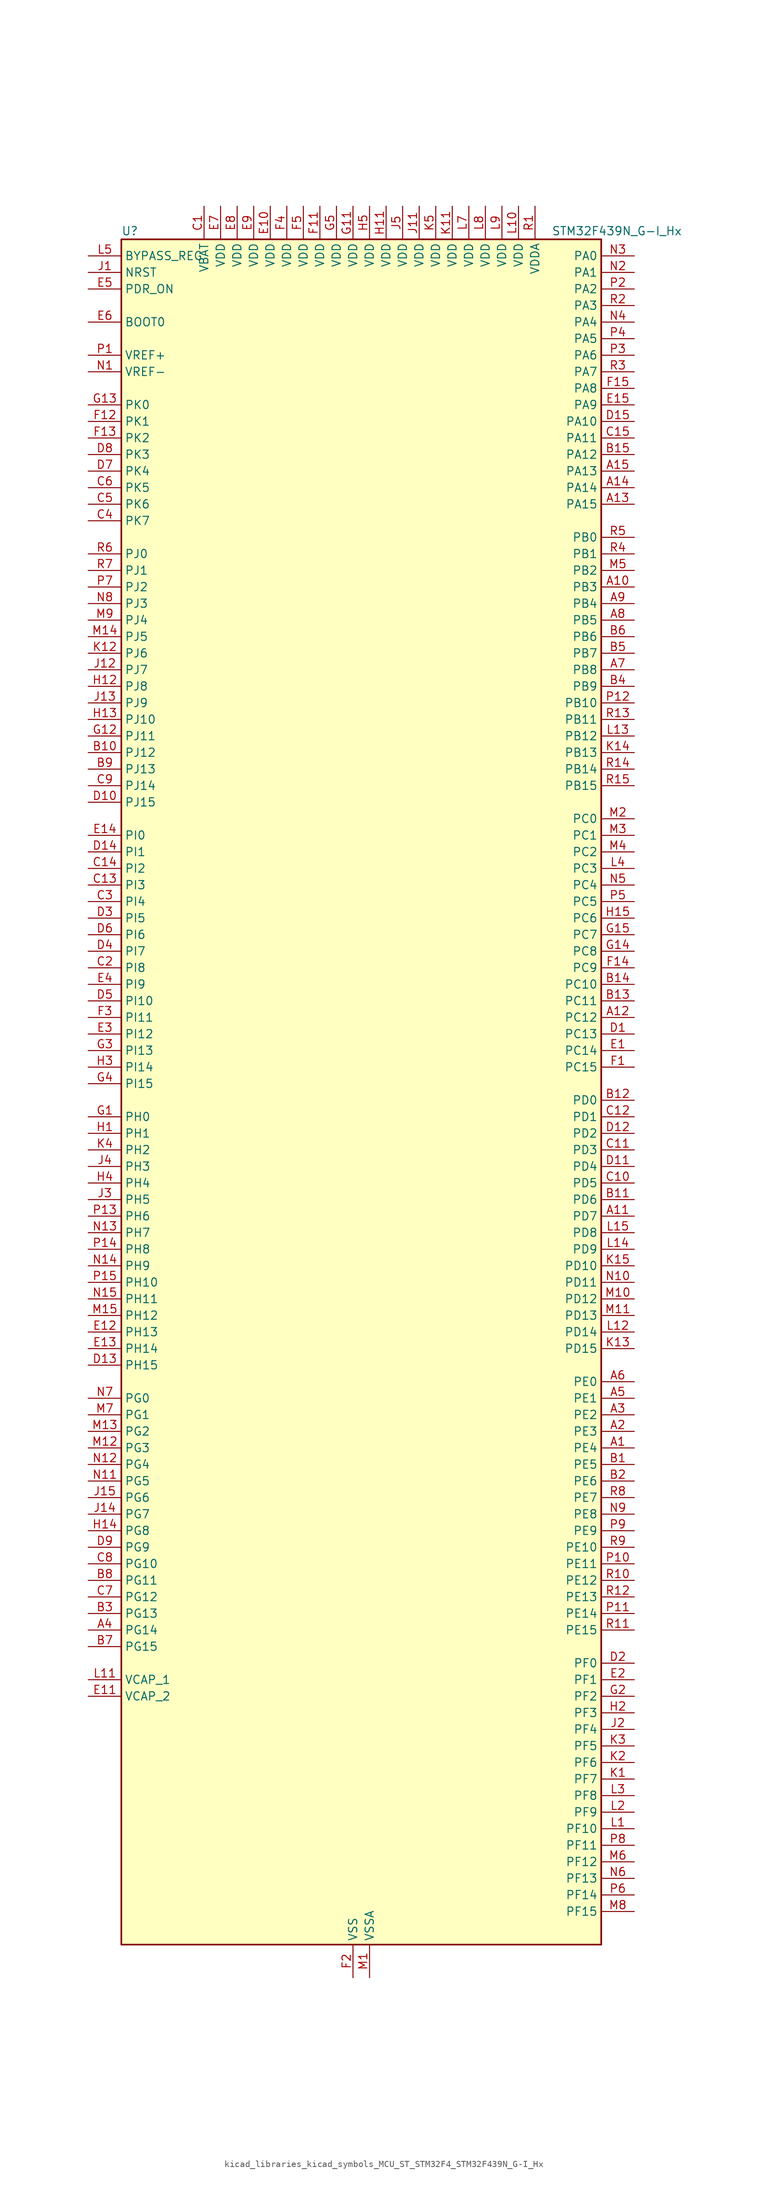
<source format=kicad_sym>
(kicad_symbol_lib
  (version 20220914)
  (generator kicad_symbol_editor)
  (symbol "kicad_libraries_kicad_symbols_MCU_ST_STM32F4_STM32F439N_G-I_Hx"
    (property "Reference" "U"
      (at -35.56 133.35 0)
      (effects (font (size 1.27 1.27)) (justify left)))
    (property "Value" "STM32F439N_G-I_Hx"
      (at 30.48 133.35 0)
      (effects (font (size 1.27 1.27)) (justify left)))
    (property "ki_locked" ""
      (at 0 0 0)
      (effects (font (size 1.27 1.27))))
    (symbol "kicad_libraries_kicad_symbols_MCU_ST_STM32F4_STM32F439N_G-I_Hx_0_1"
      (rectangle (start -35.56 -129.54) (end 38.1 132.08) (stroke (width 0.254) (type default)) (fill (type background))))
    (symbol "kicad_libraries_kicad_symbols_MCU_ST_STM32F4_STM32F439N_G-I_Hx_1_1"
      (pin bidirectional line (at 43.18 -53.34 180) (length 5.08) (name "PE4" (effects (font (size 1.27 1.27)))) (number "A1" (effects (font (size 1.27 1.27)))) (alternate "DCMI_D4" bidirectional line) (alternate "FMC_A20" bidirectional line) (alternate "LTDC_B0" bidirectional line) (alternate "SAI1_FS_A" bidirectional line) (alternate "SPI4_NSS" bidirectional line) (alternate "SYS_TRACED1" bidirectional line))
      (pin bidirectional line (at 43.18 78.74 180) (length 5.08) (name "PB3" (effects (font (size 1.27 1.27)))) (number "A10" (effects (font (size 1.27 1.27)))) (alternate "I2S3_CK" bidirectional line) (alternate "SPI1_SCK" bidirectional line) (alternate "SPI3_SCK" bidirectional line) (alternate "SYS_JTDO-SWO" bidirectional line) (alternate "TIM2_CH2" bidirectional line))
      (pin bidirectional line (at 43.18 -17.78 180) (length 5.08) (name "PD7" (effects (font (size 1.27 1.27)))) (number "A11" (effects (font (size 1.27 1.27)))) (alternate "FMC_NCE2" bidirectional line) (alternate "FMC_NE1" bidirectional line) (alternate "USART2_CK" bidirectional line))
      (pin bidirectional line (at 43.18 12.7 180) (length 5.08) (name "PC12" (effects (font (size 1.27 1.27)))) (number "A12" (effects (font (size 1.27 1.27)))) (alternate "DCMI_D9" bidirectional line) (alternate "I2S3_SD" bidirectional line) (alternate "SDIO_CK" bidirectional line) (alternate "SPI3_MOSI" bidirectional line) (alternate "UART5_TX" bidirectional line) (alternate "USART3_CK" bidirectional line))
      (pin bidirectional line (at 43.18 91.44 180) (length 5.08) (name "PA15" (effects (font (size 1.27 1.27)))) (number "A13" (effects (font (size 1.27 1.27)))) (alternate "ADC1_EXTI15" bidirectional line) (alternate "ADC2_EXTI15" bidirectional line) (alternate "ADC3_EXTI15" bidirectional line) (alternate "I2S3_WS" bidirectional line) (alternate "SPI1_NSS" bidirectional line) (alternate "SPI3_NSS" bidirectional line) (alternate "SYS_JTDI" bidirectional line) (alternate "TIM2_CH1" bidirectional line) (alternate "TIM2_ETR" bidirectional line))
      (pin bidirectional line (at 43.18 93.98 180) (length 5.08) (name "PA14" (effects (font (size 1.27 1.27)))) (number "A14" (effects (font (size 1.27 1.27)))) (alternate "SYS_JTCK-SWCLK" bidirectional line))
      (pin bidirectional line (at 43.18 96.52 180) (length 5.08) (name "PA13" (effects (font (size 1.27 1.27)))) (number "A15" (effects (font (size 1.27 1.27)))) (alternate "SYS_JTMS-SWDIO" bidirectional line))
      (pin bidirectional line (at 43.18 -50.8 180) (length 5.08) (name "PE3" (effects (font (size 1.27 1.27)))) (number "A2" (effects (font (size 1.27 1.27)))) (alternate "FMC_A19" bidirectional line) (alternate "SAI1_SD_B" bidirectional line) (alternate "SYS_TRACED0" bidirectional line))
      (pin bidirectional line (at 43.18 -48.26 180) (length 5.08) (name "PE2" (effects (font (size 1.27 1.27)))) (number "A3" (effects (font (size 1.27 1.27)))) (alternate "ETH_TXD3" bidirectional line) (alternate "FMC_A23" bidirectional line) (alternate "SAI1_MCLK_A" bidirectional line) (alternate "SPI4_SCK" bidirectional line) (alternate "SYS_TRACECLK" bidirectional line))
      (pin bidirectional line (at -40.64 -81.28 0) (length 5.08) (name "PG14" (effects (font (size 1.27 1.27)))) (number "A4" (effects (font (size 1.27 1.27)))) (alternate "ETH_TXD1" bidirectional line) (alternate "FMC_A25" bidirectional line) (alternate "SPI6_MOSI" bidirectional line) (alternate "USART6_TX" bidirectional line))
      (pin bidirectional line (at 43.18 -45.72 180) (length 5.08) (name "PE1" (effects (font (size 1.27 1.27)))) (number "A5" (effects (font (size 1.27 1.27)))) (alternate "DCMI_D3" bidirectional line) (alternate "FMC_NBL1" bidirectional line) (alternate "UART8_TX" bidirectional line))
      (pin bidirectional line (at 43.18 -43.18 180) (length 5.08) (name "PE0" (effects (font (size 1.27 1.27)))) (number "A6" (effects (font (size 1.27 1.27)))) (alternate "DCMI_D2" bidirectional line) (alternate "FMC_NBL0" bidirectional line) (alternate "TIM4_ETR" bidirectional line) (alternate "UART8_RX" bidirectional line))
      (pin bidirectional line (at 43.18 66.04 180) (length 5.08) (name "PB8" (effects (font (size 1.27 1.27)))) (number "A7" (effects (font (size 1.27 1.27)))) (alternate "CAN1_RX" bidirectional line) (alternate "DCMI_D6" bidirectional line) (alternate "ETH_TXD3" bidirectional line) (alternate "I2C1_SCL" bidirectional line) (alternate "LTDC_B6" bidirectional line) (alternate "SDIO_D4" bidirectional line) (alternate "TIM10_CH1" bidirectional line) (alternate "TIM4_CH3" bidirectional line))
      (pin bidirectional line (at 43.18 73.66 180) (length 5.08) (name "PB5" (effects (font (size 1.27 1.27)))) (number "A8" (effects (font (size 1.27 1.27)))) (alternate "CAN2_RX" bidirectional line) (alternate "DCMI_D10" bidirectional line) (alternate "ETH_PPS_OUT" bidirectional line) (alternate "FMC_SDCKE1" bidirectional line) (alternate "I2C1_SMBA" bidirectional line) (alternate "I2S3_SD" bidirectional line) (alternate "SPI1_MOSI" bidirectional line) (alternate "SPI3_MOSI" bidirectional line) (alternate "TIM3_CH2" bidirectional line) (alternate "USB_OTG_HS_ULPI_D7" bidirectional line))
      (pin bidirectional line (at 43.18 76.2 180) (length 5.08) (name "PB4" (effects (font (size 1.27 1.27)))) (number "A9" (effects (font (size 1.27 1.27)))) (alternate "I2S3_ext_SD" bidirectional line) (alternate "SPI1_MISO" bidirectional line) (alternate "SPI3_MISO" bidirectional line) (alternate "SYS_JTRST" bidirectional line) (alternate "TIM3_CH1" bidirectional line))
      (pin bidirectional line (at 43.18 -55.88 180) (length 5.08) (name "PE5" (effects (font (size 1.27 1.27)))) (number "B1" (effects (font (size 1.27 1.27)))) (alternate "DCMI_D6" bidirectional line) (alternate "FMC_A21" bidirectional line) (alternate "LTDC_G0" bidirectional line) (alternate "SAI1_SCK_A" bidirectional line) (alternate "SPI4_MISO" bidirectional line) (alternate "SYS_TRACED2" bidirectional line) (alternate "TIM9_CH1" bidirectional line))
      (pin bidirectional line (at -40.64 53.34 0) (length 5.08) (name "PJ12" (effects (font (size 1.27 1.27)))) (number "B10" (effects (font (size 1.27 1.27)))) (alternate "LTDC_B0" bidirectional line))
      (pin bidirectional line (at 43.18 -15.24 180) (length 5.08) (name "PD6" (effects (font (size 1.27 1.27)))) (number "B11" (effects (font (size 1.27 1.27)))) (alternate "DCMI_D10" bidirectional line) (alternate "FMC_NWAIT" bidirectional line) (alternate "I2S3_SD" bidirectional line) (alternate "LTDC_B2" bidirectional line) (alternate "SAI1_SD_A" bidirectional line) (alternate "SPI3_MOSI" bidirectional line) (alternate "USART2_RX" bidirectional line))
      (pin bidirectional line (at 43.18 0 180) (length 5.08) (name "PD0" (effects (font (size 1.27 1.27)))) (number "B12" (effects (font (size 1.27 1.27)))) (alternate "CAN1_RX" bidirectional line) (alternate "FMC_D2" bidirectional line) (alternate "FMC_DA2" bidirectional line))
      (pin bidirectional line (at 43.18 15.24 180) (length 5.08) (name "PC11" (effects (font (size 1.27 1.27)))) (number "B13" (effects (font (size 1.27 1.27)))) (alternate "ADC1_EXTI11" bidirectional line) (alternate "ADC2_EXTI11" bidirectional line) (alternate "ADC3_EXTI11" bidirectional line) (alternate "DCMI_D4" bidirectional line) (alternate "I2S3_ext_SD" bidirectional line) (alternate "SDIO_D3" bidirectional line) (alternate "SPI3_MISO" bidirectional line) (alternate "UART4_RX" bidirectional line) (alternate "USART3_RX" bidirectional line))
      (pin bidirectional line (at 43.18 17.78 180) (length 5.08) (name "PC10" (effects (font (size 1.27 1.27)))) (number "B14" (effects (font (size 1.27 1.27)))) (alternate "DCMI_D8" bidirectional line) (alternate "I2S3_CK" bidirectional line) (alternate "LTDC_R2" bidirectional line) (alternate "SDIO_D2" bidirectional line) (alternate "SPI3_SCK" bidirectional line) (alternate "UART4_TX" bidirectional line) (alternate "USART3_TX" bidirectional line))
      (pin bidirectional line (at 43.18 99.06 180) (length 5.08) (name "PA12" (effects (font (size 1.27 1.27)))) (number "B15" (effects (font (size 1.27 1.27)))) (alternate "CAN1_TX" bidirectional line) (alternate "LTDC_R5" bidirectional line) (alternate "TIM1_ETR" bidirectional line) (alternate "USART1_RTS" bidirectional line) (alternate "USB_OTG_FS_DP" bidirectional line))
      (pin bidirectional line (at 43.18 -58.42 180) (length 5.08) (name "PE6" (effects (font (size 1.27 1.27)))) (number "B2" (effects (font (size 1.27 1.27)))) (alternate "DCMI_D7" bidirectional line) (alternate "FMC_A22" bidirectional line) (alternate "LTDC_G1" bidirectional line) (alternate "SAI1_SD_A" bidirectional line) (alternate "SPI4_MOSI" bidirectional line) (alternate "SYS_TRACED3" bidirectional line) (alternate "TIM9_CH2" bidirectional line))
      (pin bidirectional line (at -40.64 -78.74 0) (length 5.08) (name "PG13" (effects (font (size 1.27 1.27)))) (number "B3" (effects (font (size 1.27 1.27)))) (alternate "ETH_TXD0" bidirectional line) (alternate "FMC_A24" bidirectional line) (alternate "SPI6_SCK" bidirectional line) (alternate "USART6_CTS" bidirectional line))
      (pin bidirectional line (at 43.18 63.5 180) (length 5.08) (name "PB9" (effects (font (size 1.27 1.27)))) (number "B4" (effects (font (size 1.27 1.27)))) (alternate "CAN1_TX" bidirectional line) (alternate "DAC_EXTI9" bidirectional line) (alternate "DCMI_D7" bidirectional line) (alternate "I2C1_SDA" bidirectional line) (alternate "I2S2_WS" bidirectional line) (alternate "LTDC_B7" bidirectional line) (alternate "SDIO_D5" bidirectional line) (alternate "SPI2_NSS" bidirectional line) (alternate "TIM11_CH1" bidirectional line) (alternate "TIM4_CH4" bidirectional line))
      (pin bidirectional line (at 43.18 68.58 180) (length 5.08) (name "PB7" (effects (font (size 1.27 1.27)))) (number "B5" (effects (font (size 1.27 1.27)))) (alternate "DCMI_VSYNC" bidirectional line) (alternate "FMC_NL" bidirectional line) (alternate "I2C1_SDA" bidirectional line) (alternate "TIM4_CH2" bidirectional line) (alternate "USART1_RX" bidirectional line))
      (pin bidirectional line (at 43.18 71.12 180) (length 5.08) (name "PB6" (effects (font (size 1.27 1.27)))) (number "B6" (effects (font (size 1.27 1.27)))) (alternate "CAN2_TX" bidirectional line) (alternate "DCMI_D5" bidirectional line) (alternate "FMC_SDNE1" bidirectional line) (alternate "I2C1_SCL" bidirectional line) (alternate "TIM4_CH1" bidirectional line) (alternate "USART1_TX" bidirectional line))
      (pin bidirectional line (at -40.64 -83.82 0) (length 5.08) (name "PG15" (effects (font (size 1.27 1.27)))) (number "B7" (effects (font (size 1.27 1.27)))) (alternate "ADC1_EXTI15" bidirectional line) (alternate "ADC2_EXTI15" bidirectional line) (alternate "ADC3_EXTI15" bidirectional line) (alternate "DCMI_D13" bidirectional line) (alternate "FMC_SDNCAS" bidirectional line) (alternate "USART6_CTS" bidirectional line))
      (pin bidirectional line (at -40.64 -73.66 0) (length 5.08) (name "PG11" (effects (font (size 1.27 1.27)))) (number "B8" (effects (font (size 1.27 1.27)))) (alternate "ADC1_EXTI11" bidirectional line) (alternate "ADC2_EXTI11" bidirectional line) (alternate "ADC3_EXTI11" bidirectional line) (alternate "DCMI_D3" bidirectional line) (alternate "ETH_TX_EN" bidirectional line) (alternate "FMC_NCE4_2" bidirectional line) (alternate "LTDC_B3" bidirectional line))
      (pin bidirectional line (at -40.64 50.8 0) (length 5.08) (name "PJ13" (effects (font (size 1.27 1.27)))) (number "B9" (effects (font (size 1.27 1.27)))) (alternate "LTDC_B1" bidirectional line))
      (pin power_in line (at -22.86 137.16 270) (length 5.08) (name "VBAT" (effects (font (size 1.27 1.27)))) (number "C1" (effects (font (size 1.27 1.27)))))
      (pin bidirectional line (at 43.18 -12.7 180) (length 5.08) (name "PD5" (effects (font (size 1.27 1.27)))) (number "C10" (effects (font (size 1.27 1.27)))) (alternate "FMC_NWE" bidirectional line) (alternate "USART2_TX" bidirectional line))
      (pin bidirectional line (at 43.18 -7.62 180) (length 5.08) (name "PD3" (effects (font (size 1.27 1.27)))) (number "C11" (effects (font (size 1.27 1.27)))) (alternate "DCMI_D5" bidirectional line) (alternate "FMC_CLK" bidirectional line) (alternate "I2S2_CK" bidirectional line) (alternate "LTDC_G7" bidirectional line) (alternate "SPI2_SCK" bidirectional line) (alternate "USART2_CTS" bidirectional line))
      (pin bidirectional line (at 43.18 -2.54 180) (length 5.08) (name "PD1" (effects (font (size 1.27 1.27)))) (number "C12" (effects (font (size 1.27 1.27)))) (alternate "CAN1_TX" bidirectional line) (alternate "FMC_D3" bidirectional line) (alternate "FMC_DA3" bidirectional line))
      (pin bidirectional line (at -40.64 33.02 0) (length 5.08) (name "PI3" (effects (font (size 1.27 1.27)))) (number "C13" (effects (font (size 1.27 1.27)))) (alternate "DCMI_D10" bidirectional line) (alternate "FMC_D27" bidirectional line) (alternate "I2S2_SD" bidirectional line) (alternate "SPI2_MOSI" bidirectional line) (alternate "TIM8_ETR" bidirectional line))
      (pin bidirectional line (at -40.64 35.56 0) (length 5.08) (name "PI2" (effects (font (size 1.27 1.27)))) (number "C14" (effects (font (size 1.27 1.27)))) (alternate "DCMI_D9" bidirectional line) (alternate "FMC_D26" bidirectional line) (alternate "I2S2_ext_SD" bidirectional line) (alternate "LTDC_G7" bidirectional line) (alternate "SPI2_MISO" bidirectional line) (alternate "TIM8_CH4" bidirectional line))
      (pin bidirectional line (at 43.18 101.6 180) (length 5.08) (name "PA11" (effects (font (size 1.27 1.27)))) (number "C15" (effects (font (size 1.27 1.27)))) (alternate "ADC1_EXTI11" bidirectional line) (alternate "ADC2_EXTI11" bidirectional line) (alternate "ADC3_EXTI11" bidirectional line) (alternate "CAN1_RX" bidirectional line) (alternate "LTDC_R4" bidirectional line) (alternate "TIM1_CH4" bidirectional line) (alternate "USART1_CTS" bidirectional line) (alternate "USB_OTG_FS_DM" bidirectional line))
      (pin bidirectional line (at -40.64 20.32 0) (length 5.08) (name "PI8" (effects (font (size 1.27 1.27)))) (number "C2" (effects (font (size 1.27 1.27)))) (alternate "RTC_AF2" bidirectional line))
      (pin bidirectional line (at -40.64 30.48 0) (length 5.08) (name "PI4" (effects (font (size 1.27 1.27)))) (number "C3" (effects (font (size 1.27 1.27)))) (alternate "DCMI_D5" bidirectional line) (alternate "FMC_NBL2" bidirectional line) (alternate "LTDC_B4" bidirectional line) (alternate "TIM8_BKIN" bidirectional line))
      (pin bidirectional line (at -40.64 88.9 0) (length 5.08) (name "PK7" (effects (font (size 1.27 1.27)))) (number "C4" (effects (font (size 1.27 1.27)))) (alternate "LTDC_DE" bidirectional line))
      (pin bidirectional line (at -40.64 91.44 0) (length 5.08) (name "PK6" (effects (font (size 1.27 1.27)))) (number "C5" (effects (font (size 1.27 1.27)))) (alternate "LTDC_B7" bidirectional line))
      (pin bidirectional line (at -40.64 93.98 0) (length 5.08) (name "PK5" (effects (font (size 1.27 1.27)))) (number "C6" (effects (font (size 1.27 1.27)))) (alternate "LTDC_B6" bidirectional line))
      (pin bidirectional line (at -40.64 -76.2 0) (length 5.08) (name "PG12" (effects (font (size 1.27 1.27)))) (number "C7" (effects (font (size 1.27 1.27)))) (alternate "FMC_NE4" bidirectional line) (alternate "LTDC_B1" bidirectional line) (alternate "LTDC_B4" bidirectional line) (alternate "SPI6_MISO" bidirectional line) (alternate "USART6_RTS" bidirectional line))
      (pin bidirectional line (at -40.64 -71.12 0) (length 5.08) (name "PG10" (effects (font (size 1.27 1.27)))) (number "C8" (effects (font (size 1.27 1.27)))) (alternate "DCMI_D2" bidirectional line) (alternate "FMC_NCE4_1" bidirectional line) (alternate "FMC_NE3" bidirectional line) (alternate "LTDC_B2" bidirectional line) (alternate "LTDC_G3" bidirectional line))
      (pin bidirectional line (at -40.64 48.26 0) (length 5.08) (name "PJ14" (effects (font (size 1.27 1.27)))) (number "C9" (effects (font (size 1.27 1.27)))) (alternate "LTDC_B2" bidirectional line))
      (pin bidirectional line (at 43.18 10.16 180) (length 5.08) (name "PC13" (effects (font (size 1.27 1.27)))) (number "D1" (effects (font (size 1.27 1.27)))) (alternate "RTC_AF1" bidirectional line))
      (pin bidirectional line (at -40.64 45.72 0) (length 5.08) (name "PJ15" (effects (font (size 1.27 1.27)))) (number "D10" (effects (font (size 1.27 1.27)))) (alternate "ADC1_EXTI15" bidirectional line) (alternate "ADC2_EXTI15" bidirectional line) (alternate "ADC3_EXTI15" bidirectional line) (alternate "LTDC_B3" bidirectional line))
      (pin bidirectional line (at 43.18 -10.16 180) (length 5.08) (name "PD4" (effects (font (size 1.27 1.27)))) (number "D11" (effects (font (size 1.27 1.27)))) (alternate "FMC_NOE" bidirectional line) (alternate "USART2_RTS" bidirectional line))
      (pin bidirectional line (at 43.18 -5.08 180) (length 5.08) (name "PD2" (effects (font (size 1.27 1.27)))) (number "D12" (effects (font (size 1.27 1.27)))) (alternate "DCMI_D11" bidirectional line) (alternate "SDIO_CMD" bidirectional line) (alternate "TIM3_ETR" bidirectional line) (alternate "UART5_RX" bidirectional line))
      (pin bidirectional line (at -40.64 -40.64 0) (length 5.08) (name "PH15" (effects (font (size 1.27 1.27)))) (number "D13" (effects (font (size 1.27 1.27)))) (alternate "ADC1_EXTI15" bidirectional line) (alternate "ADC2_EXTI15" bidirectional line) (alternate "ADC3_EXTI15" bidirectional line) (alternate "DCMI_D11" bidirectional line) (alternate "FMC_D23" bidirectional line) (alternate "LTDC_G4" bidirectional line) (alternate "TIM8_CH3N" bidirectional line))
      (pin bidirectional line (at -40.64 38.1 0) (length 5.08) (name "PI1" (effects (font (size 1.27 1.27)))) (number "D14" (effects (font (size 1.27 1.27)))) (alternate "DCMI_D8" bidirectional line) (alternate "FMC_D25" bidirectional line) (alternate "I2S2_CK" bidirectional line) (alternate "LTDC_G6" bidirectional line) (alternate "SPI2_SCK" bidirectional line))
      (pin bidirectional line (at 43.18 104.14 180) (length 5.08) (name "PA10" (effects (font (size 1.27 1.27)))) (number "D15" (effects (font (size 1.27 1.27)))) (alternate "DCMI_D1" bidirectional line) (alternate "TIM1_CH3" bidirectional line) (alternate "USART1_RX" bidirectional line) (alternate "USB_OTG_FS_ID" bidirectional line))
      (pin bidirectional line (at 43.18 -86.36 180) (length 5.08) (name "PF0" (effects (font (size 1.27 1.27)))) (number "D2" (effects (font (size 1.27 1.27)))) (alternate "FMC_A0" bidirectional line) (alternate "I2C2_SDA" bidirectional line))
      (pin bidirectional line (at -40.64 27.94 0) (length 5.08) (name "PI5" (effects (font (size 1.27 1.27)))) (number "D3" (effects (font (size 1.27 1.27)))) (alternate "DCMI_VSYNC" bidirectional line) (alternate "FMC_NBL3" bidirectional line) (alternate "LTDC_B5" bidirectional line) (alternate "TIM8_CH1" bidirectional line))
      (pin bidirectional line (at -40.64 22.86 0) (length 5.08) (name "PI7" (effects (font (size 1.27 1.27)))) (number "D4" (effects (font (size 1.27 1.27)))) (alternate "DCMI_D7" bidirectional line) (alternate "FMC_D29" bidirectional line) (alternate "LTDC_B7" bidirectional line) (alternate "TIM8_CH3" bidirectional line))
      (pin bidirectional line (at -40.64 15.24 0) (length 5.08) (name "PI10" (effects (font (size 1.27 1.27)))) (number "D5" (effects (font (size 1.27 1.27)))) (alternate "ETH_RX_ER" bidirectional line) (alternate "FMC_D31" bidirectional line) (alternate "LTDC_HSYNC" bidirectional line))
      (pin bidirectional line (at -40.64 25.4 0) (length 5.08) (name "PI6" (effects (font (size 1.27 1.27)))) (number "D6" (effects (font (size 1.27 1.27)))) (alternate "DCMI_D6" bidirectional line) (alternate "FMC_D28" bidirectional line) (alternate "LTDC_B6" bidirectional line) (alternate "TIM8_CH2" bidirectional line))
      (pin bidirectional line (at -40.64 96.52 0) (length 5.08) (name "PK4" (effects (font (size 1.27 1.27)))) (number "D7" (effects (font (size 1.27 1.27)))) (alternate "LTDC_B5" bidirectional line))
      (pin bidirectional line (at -40.64 99.06 0) (length 5.08) (name "PK3" (effects (font (size 1.27 1.27)))) (number "D8" (effects (font (size 1.27 1.27)))) (alternate "LTDC_B4" bidirectional line))
      (pin bidirectional line (at -40.64 -68.58 0) (length 5.08) (name "PG9" (effects (font (size 1.27 1.27)))) (number "D9" (effects (font (size 1.27 1.27)))) (alternate "DAC_EXTI9" bidirectional line) (alternate "DCMI_VSYNC" bidirectional line) (alternate "FMC_NCE3" bidirectional line) (alternate "FMC_NE2" bidirectional line) (alternate "USART6_RX" bidirectional line))
      (pin bidirectional line (at 43.18 7.62 180) (length 5.08) (name "PC14" (effects (font (size 1.27 1.27)))) (number "E1" (effects (font (size 1.27 1.27)))) (alternate "RCC_OSC32_IN" bidirectional line))
      (pin power_in line (at -12.7 137.16 270) (length 5.08) (name "VDD" (effects (font (size 1.27 1.27)))) (number "E10" (effects (font (size 1.27 1.27)))))
      (pin power_out line (at -40.64 -91.44 0) (length 5.08) (name "VCAP_2" (effects (font (size 1.27 1.27)))) (number "E11" (effects (font (size 1.27 1.27)))))
      (pin bidirectional line (at -40.64 -35.56 0) (length 5.08) (name "PH13" (effects (font (size 1.27 1.27)))) (number "E12" (effects (font (size 1.27 1.27)))) (alternate "CAN1_TX" bidirectional line) (alternate "FMC_D21" bidirectional line) (alternate "LTDC_G2" bidirectional line) (alternate "TIM8_CH1N" bidirectional line))
      (pin bidirectional line (at -40.64 -38.1 0) (length 5.08) (name "PH14" (effects (font (size 1.27 1.27)))) (number "E13" (effects (font (size 1.27 1.27)))) (alternate "DCMI_D4" bidirectional line) (alternate "FMC_D22" bidirectional line) (alternate "LTDC_G3" bidirectional line) (alternate "TIM8_CH2N" bidirectional line))
      (pin bidirectional line (at -40.64 40.64 0) (length 5.08) (name "PI0" (effects (font (size 1.27 1.27)))) (number "E14" (effects (font (size 1.27 1.27)))) (alternate "DCMI_D13" bidirectional line) (alternate "FMC_D24" bidirectional line) (alternate "I2S2_WS" bidirectional line) (alternate "LTDC_G5" bidirectional line) (alternate "SPI2_NSS" bidirectional line) (alternate "TIM5_CH4" bidirectional line))
      (pin bidirectional line (at 43.18 106.68 180) (length 5.08) (name "PA9" (effects (font (size 1.27 1.27)))) (number "E15" (effects (font (size 1.27 1.27)))) (alternate "DAC_EXTI9" bidirectional line) (alternate "DCMI_D0" bidirectional line) (alternate "I2C3_SMBA" bidirectional line) (alternate "TIM1_CH2" bidirectional line) (alternate "USART1_TX" bidirectional line) (alternate "USB_OTG_FS_VBUS" bidirectional line))
      (pin bidirectional line (at 43.18 -88.9 180) (length 5.08) (name "PF1" (effects (font (size 1.27 1.27)))) (number "E2" (effects (font (size 1.27 1.27)))) (alternate "FMC_A1" bidirectional line) (alternate "I2C2_SCL" bidirectional line))
      (pin bidirectional line (at -40.64 10.16 0) (length 5.08) (name "PI12" (effects (font (size 1.27 1.27)))) (number "E3" (effects (font (size 1.27 1.27)))) (alternate "LTDC_HSYNC" bidirectional line))
      (pin bidirectional line (at -40.64 17.78 0) (length 5.08) (name "PI9" (effects (font (size 1.27 1.27)))) (number "E4" (effects (font (size 1.27 1.27)))) (alternate "CAN1_RX" bidirectional line) (alternate "DAC_EXTI9" bidirectional line) (alternate "FMC_D30" bidirectional line) (alternate "LTDC_VSYNC" bidirectional line))
      (pin input line (at -40.64 124.46 0) (length 5.08) (name "PDR_ON" (effects (font (size 1.27 1.27)))) (number "E5" (effects (font (size 1.27 1.27)))))
      (pin input line (at -40.64 119.38 0) (length 5.08) (name "BOOT0" (effects (font (size 1.27 1.27)))) (number "E6" (effects (font (size 1.27 1.27)))))
      (pin power_in line (at -20.32 137.16 270) (length 5.08) (name "VDD" (effects (font (size 1.27 1.27)))) (number "E7" (effects (font (size 1.27 1.27)))))
      (pin power_in line (at -17.78 137.16 270) (length 5.08) (name "VDD" (effects (font (size 1.27 1.27)))) (number "E8" (effects (font (size 1.27 1.27)))))
      (pin power_in line (at -15.24 137.16 270) (length 5.08) (name "VDD" (effects (font (size 1.27 1.27)))) (number "E9" (effects (font (size 1.27 1.27)))))
      (pin bidirectional line (at 43.18 5.08 180) (length 5.08) (name "PC15" (effects (font (size 1.27 1.27)))) (number "F1" (effects (font (size 1.27 1.27)))) (alternate "ADC1_EXTI15" bidirectional line) (alternate "ADC2_EXTI15" bidirectional line) (alternate "ADC3_EXTI15" bidirectional line) (alternate "RCC_OSC32_OUT" bidirectional line))
      (pin passive line (at 0 -134.62 90) (length 5.08) hide (name "VSS" (effects (font (size 1.27 1.27)))) (number "F10" (effects (font (size 1.27 1.27)))))
      (pin power_in line (at -5.08 137.16 270) (length 5.08) (name "VDD" (effects (font (size 1.27 1.27)))) (number "F11" (effects (font (size 1.27 1.27)))))
      (pin bidirectional line (at -40.64 104.14 0) (length 5.08) (name "PK1" (effects (font (size 1.27 1.27)))) (number "F12" (effects (font (size 1.27 1.27)))) (alternate "LTDC_G6" bidirectional line))
      (pin bidirectional line (at -40.64 101.6 0) (length 5.08) (name "PK2" (effects (font (size 1.27 1.27)))) (number "F13" (effects (font (size 1.27 1.27)))) (alternate "LTDC_G7" bidirectional line))
      (pin bidirectional line (at 43.18 20.32 180) (length 5.08) (name "PC9" (effects (font (size 1.27 1.27)))) (number "F14" (effects (font (size 1.27 1.27)))) (alternate "DAC_EXTI9" bidirectional line) (alternate "DCMI_D3" bidirectional line) (alternate "I2C3_SDA" bidirectional line) (alternate "I2S_CKIN" bidirectional line) (alternate "RCC_MCO_2" bidirectional line) (alternate "SDIO_D1" bidirectional line) (alternate "TIM3_CH4" bidirectional line) (alternate "TIM8_CH4" bidirectional line))
      (pin bidirectional line (at 43.18 109.22 180) (length 5.08) (name "PA8" (effects (font (size 1.27 1.27)))) (number "F15" (effects (font (size 1.27 1.27)))) (alternate "I2C3_SCL" bidirectional line) (alternate "LTDC_R6" bidirectional line) (alternate "RCC_MCO_1" bidirectional line) (alternate "TIM1_CH1" bidirectional line) (alternate "USART1_CK" bidirectional line) (alternate "USB_OTG_FS_SOF" bidirectional line))
      (pin power_in line (at 0 -134.62 90) (length 5.08) (name "VSS" (effects (font (size 1.27 1.27)))) (number "F2" (effects (font (size 1.27 1.27)))))
      (pin bidirectional line (at -40.64 12.7 0) (length 5.08) (name "PI11" (effects (font (size 1.27 1.27)))) (number "F3" (effects (font (size 1.27 1.27)))) (alternate "ADC1_EXTI11" bidirectional line) (alternate "ADC2_EXTI11" bidirectional line) (alternate "ADC3_EXTI11" bidirectional line) (alternate "USB_OTG_HS_ULPI_DIR" bidirectional line))
      (pin power_in line (at -10.16 137.16 270) (length 5.08) (name "VDD" (effects (font (size 1.27 1.27)))) (number "F4" (effects (font (size 1.27 1.27)))))
      (pin power_in line (at -7.62 137.16 270) (length 5.08) (name "VDD" (effects (font (size 1.27 1.27)))) (number "F5" (effects (font (size 1.27 1.27)))))
      (pin passive line (at 0 -134.62 90) (length 5.08) hide (name "VSS" (effects (font (size 1.27 1.27)))) (number "F6" (effects (font (size 1.27 1.27)))))
      (pin passive line (at 0 -134.62 90) (length 5.08) hide (name "VSS" (effects (font (size 1.27 1.27)))) (number "F7" (effects (font (size 1.27 1.27)))))
      (pin passive line (at 0 -134.62 90) (length 5.08) hide (name "VSS" (effects (font (size 1.27 1.27)))) (number "F8" (effects (font (size 1.27 1.27)))))
      (pin passive line (at 0 -134.62 90) (length 5.08) hide (name "VSS" (effects (font (size 1.27 1.27)))) (number "F9" (effects (font (size 1.27 1.27)))))
      (pin bidirectional line (at -40.64 -2.54 0) (length 5.08) (name "PH0" (effects (font (size 1.27 1.27)))) (number "G1" (effects (font (size 1.27 1.27)))) (alternate "RCC_OSC_IN" bidirectional line))
      (pin passive line (at 0 -134.62 90) (length 5.08) hide (name "VSS" (effects (font (size 1.27 1.27)))) (number "G10" (effects (font (size 1.27 1.27)))))
      (pin power_in line (at 0 137.16 270) (length 5.08) (name "VDD" (effects (font (size 1.27 1.27)))) (number "G11" (effects (font (size 1.27 1.27)))))
      (pin bidirectional line (at -40.64 55.88 0) (length 5.08) (name "PJ11" (effects (font (size 1.27 1.27)))) (number "G12" (effects (font (size 1.27 1.27)))) (alternate "ADC1_EXTI11" bidirectional line) (alternate "ADC2_EXTI11" bidirectional line) (alternate "ADC3_EXTI11" bidirectional line) (alternate "LTDC_G4" bidirectional line))
      (pin bidirectional line (at -40.64 106.68 0) (length 5.08) (name "PK0" (effects (font (size 1.27 1.27)))) (number "G13" (effects (font (size 1.27 1.27)))) (alternate "LTDC_G5" bidirectional line))
      (pin bidirectional line (at 43.18 22.86 180) (length 5.08) (name "PC8" (effects (font (size 1.27 1.27)))) (number "G14" (effects (font (size 1.27 1.27)))) (alternate "DCMI_D2" bidirectional line) (alternate "SDIO_D0" bidirectional line) (alternate "TIM3_CH3" bidirectional line) (alternate "TIM8_CH3" bidirectional line) (alternate "USART6_CK" bidirectional line))
      (pin bidirectional line (at 43.18 25.4 180) (length 5.08) (name "PC7" (effects (font (size 1.27 1.27)))) (number "G15" (effects (font (size 1.27 1.27)))) (alternate "DCMI_D1" bidirectional line) (alternate "I2S3_MCK" bidirectional line) (alternate "LTDC_G6" bidirectional line) (alternate "SDIO_D7" bidirectional line) (alternate "TIM3_CH2" bidirectional line) (alternate "TIM8_CH2" bidirectional line) (alternate "USART6_RX" bidirectional line))
      (pin bidirectional line (at 43.18 -91.44 180) (length 5.08) (name "PF2" (effects (font (size 1.27 1.27)))) (number "G2" (effects (font (size 1.27 1.27)))) (alternate "FMC_A2" bidirectional line) (alternate "I2C2_SMBA" bidirectional line))
      (pin bidirectional line (at -40.64 7.62 0) (length 5.08) (name "PI13" (effects (font (size 1.27 1.27)))) (number "G3" (effects (font (size 1.27 1.27)))) (alternate "LTDC_VSYNC" bidirectional line))
      (pin bidirectional line (at -40.64 2.54 0) (length 5.08) (name "PI15" (effects (font (size 1.27 1.27)))) (number "G4" (effects (font (size 1.27 1.27)))) (alternate "ADC1_EXTI15" bidirectional line) (alternate "ADC2_EXTI15" bidirectional line) (alternate "ADC3_EXTI15" bidirectional line) (alternate "LTDC_R0" bidirectional line))
      (pin power_in line (at -2.54 137.16 270) (length 5.08) (name "VDD" (effects (font (size 1.27 1.27)))) (number "G5" (effects (font (size 1.27 1.27)))))
      (pin passive line (at 0 -134.62 90) (length 5.08) hide (name "VSS" (effects (font (size 1.27 1.27)))) (number "G6" (effects (font (size 1.27 1.27)))))
      (pin bidirectional line (at -40.64 -5.08 0) (length 5.08) (name "PH1" (effects (font (size 1.27 1.27)))) (number "H1" (effects (font (size 1.27 1.27)))) (alternate "RCC_OSC_OUT" bidirectional line))
      (pin passive line (at 0 -134.62 90) (length 5.08) hide (name "VSS" (effects (font (size 1.27 1.27)))) (number "H10" (effects (font (size 1.27 1.27)))))
      (pin power_in line (at 5.08 137.16 270) (length 5.08) (name "VDD" (effects (font (size 1.27 1.27)))) (number "H11" (effects (font (size 1.27 1.27)))))
      (pin bidirectional line (at -40.64 63.5 0) (length 5.08) (name "PJ8" (effects (font (size 1.27 1.27)))) (number "H12" (effects (font (size 1.27 1.27)))) (alternate "LTDC_G1" bidirectional line))
      (pin bidirectional line (at -40.64 58.42 0) (length 5.08) (name "PJ10" (effects (font (size 1.27 1.27)))) (number "H13" (effects (font (size 1.27 1.27)))) (alternate "LTDC_G3" bidirectional line))
      (pin bidirectional line (at -40.64 -66.04 0) (length 5.08) (name "PG8" (effects (font (size 1.27 1.27)))) (number "H14" (effects (font (size 1.27 1.27)))) (alternate "ETH_PPS_OUT" bidirectional line) (alternate "FMC_SDCLK" bidirectional line) (alternate "SPI6_NSS" bidirectional line) (alternate "USART6_RTS" bidirectional line))
      (pin bidirectional line (at 43.18 27.94 180) (length 5.08) (name "PC6" (effects (font (size 1.27 1.27)))) (number "H15" (effects (font (size 1.27 1.27)))) (alternate "DCMI_D0" bidirectional line) (alternate "I2S2_MCK" bidirectional line) (alternate "LTDC_HSYNC" bidirectional line) (alternate "SDIO_D6" bidirectional line) (alternate "TIM3_CH1" bidirectional line) (alternate "TIM8_CH1" bidirectional line) (alternate "USART6_TX" bidirectional line))
      (pin bidirectional line (at 43.18 -93.98 180) (length 5.08) (name "PF3" (effects (font (size 1.27 1.27)))) (number "H2" (effects (font (size 1.27 1.27)))) (alternate "ADC3_IN9" bidirectional line) (alternate "FMC_A3" bidirectional line))
      (pin bidirectional line (at -40.64 5.08 0) (length 5.08) (name "PI14" (effects (font (size 1.27 1.27)))) (number "H3" (effects (font (size 1.27 1.27)))) (alternate "LTDC_CLK" bidirectional line))
      (pin bidirectional line (at -40.64 -12.7 0) (length 5.08) (name "PH4" (effects (font (size 1.27 1.27)))) (number "H4" (effects (font (size 1.27 1.27)))) (alternate "I2C2_SCL" bidirectional line) (alternate "USB_OTG_HS_ULPI_NXT" bidirectional line))
      (pin power_in line (at 2.54 137.16 270) (length 5.08) (name "VDD" (effects (font (size 1.27 1.27)))) (number "H5" (effects (font (size 1.27 1.27)))))
      (pin passive line (at 0 -134.62 90) (length 5.08) hide (name "VSS" (effects (font (size 1.27 1.27)))) (number "H6" (effects (font (size 1.27 1.27)))))
      (pin input line (at -40.64 127 0) (length 5.08) (name "NRST" (effects (font (size 1.27 1.27)))) (number "J1" (effects (font (size 1.27 1.27)))))
      (pin passive line (at 0 -134.62 90) (length 5.08) hide (name "VSS" (effects (font (size 1.27 1.27)))) (number "J10" (effects (font (size 1.27 1.27)))))
      (pin power_in line (at 10.16 137.16 270) (length 5.08) (name "VDD" (effects (font (size 1.27 1.27)))) (number "J11" (effects (font (size 1.27 1.27)))))
      (pin bidirectional line (at -40.64 66.04 0) (length 5.08) (name "PJ7" (effects (font (size 1.27 1.27)))) (number "J12" (effects (font (size 1.27 1.27)))) (alternate "LTDC_G0" bidirectional line))
      (pin bidirectional line (at -40.64 60.96 0) (length 5.08) (name "PJ9" (effects (font (size 1.27 1.27)))) (number "J13" (effects (font (size 1.27 1.27)))) (alternate "DAC_EXTI9" bidirectional line) (alternate "LTDC_G2" bidirectional line))
      (pin bidirectional line (at -40.64 -63.5 0) (length 5.08) (name "PG7" (effects (font (size 1.27 1.27)))) (number "J14" (effects (font (size 1.27 1.27)))) (alternate "DCMI_D13" bidirectional line) (alternate "FMC_INT3" bidirectional line) (alternate "LTDC_CLK" bidirectional line) (alternate "USART6_CK" bidirectional line))
      (pin bidirectional line (at -40.64 -60.96 0) (length 5.08) (name "PG6" (effects (font (size 1.27 1.27)))) (number "J15" (effects (font (size 1.27 1.27)))) (alternate "DCMI_D12" bidirectional line) (alternate "FMC_INT2" bidirectional line) (alternate "LTDC_R7" bidirectional line))
      (pin bidirectional line (at 43.18 -96.52 180) (length 5.08) (name "PF4" (effects (font (size 1.27 1.27)))) (number "J2" (effects (font (size 1.27 1.27)))) (alternate "ADC3_IN14" bidirectional line) (alternate "FMC_A4" bidirectional line))
      (pin bidirectional line (at -40.64 -15.24 0) (length 5.08) (name "PH5" (effects (font (size 1.27 1.27)))) (number "J3" (effects (font (size 1.27 1.27)))) (alternate "FMC_SDNWE" bidirectional line) (alternate "I2C2_SDA" bidirectional line) (alternate "SPI5_NSS" bidirectional line))
      (pin bidirectional line (at -40.64 -10.16 0) (length 5.08) (name "PH3" (effects (font (size 1.27 1.27)))) (number "J4" (effects (font (size 1.27 1.27)))) (alternate "ETH_COL" bidirectional line) (alternate "FMC_SDNE0" bidirectional line) (alternate "LTDC_R1" bidirectional line))
      (pin power_in line (at 7.62 137.16 270) (length 5.08) (name "VDD" (effects (font (size 1.27 1.27)))) (number "J5" (effects (font (size 1.27 1.27)))))
      (pin passive line (at 0 -134.62 90) (length 5.08) hide (name "VSS" (effects (font (size 1.27 1.27)))) (number "J6" (effects (font (size 1.27 1.27)))))
      (pin bidirectional line (at 43.18 -104.14 180) (length 5.08) (name "PF7" (effects (font (size 1.27 1.27)))) (number "K1" (effects (font (size 1.27 1.27)))) (alternate "ADC3_IN5" bidirectional line) (alternate "FMC_NREG" bidirectional line) (alternate "SAI1_MCLK_B" bidirectional line) (alternate "SPI5_SCK" bidirectional line) (alternate "TIM11_CH1" bidirectional line) (alternate "UART7_TX" bidirectional line))
      (pin passive line (at 0 -134.62 90) (length 5.08) hide (name "VSS" (effects (font (size 1.27 1.27)))) (number "K10" (effects (font (size 1.27 1.27)))))
      (pin power_in line (at 15.24 137.16 270) (length 5.08) (name "VDD" (effects (font (size 1.27 1.27)))) (number "K11" (effects (font (size 1.27 1.27)))))
      (pin bidirectional line (at -40.64 68.58 0) (length 5.08) (name "PJ6" (effects (font (size 1.27 1.27)))) (number "K12" (effects (font (size 1.27 1.27)))) (alternate "LTDC_R7" bidirectional line))
      (pin bidirectional line (at 43.18 -38.1 180) (length 5.08) (name "PD15" (effects (font (size 1.27 1.27)))) (number "K13" (effects (font (size 1.27 1.27)))) (alternate "ADC1_EXTI15" bidirectional line) (alternate "ADC2_EXTI15" bidirectional line) (alternate "ADC3_EXTI15" bidirectional line) (alternate "FMC_D1" bidirectional line) (alternate "FMC_DA1" bidirectional line) (alternate "TIM4_CH4" bidirectional line))
      (pin bidirectional line (at 43.18 53.34 180) (length 5.08) (name "PB13" (effects (font (size 1.27 1.27)))) (number "K14" (effects (font (size 1.27 1.27)))) (alternate "CAN2_TX" bidirectional line) (alternate "ETH_TXD1" bidirectional line) (alternate "I2S2_CK" bidirectional line) (alternate "SPI2_SCK" bidirectional line) (alternate "TIM1_CH1N" bidirectional line) (alternate "USART3_CTS" bidirectional line) (alternate "USB_OTG_HS_ULPI_D6" bidirectional line) (alternate "USB_OTG_HS_VBUS" bidirectional line))
      (pin bidirectional line (at 43.18 -25.4 180) (length 5.08) (name "PD10" (effects (font (size 1.27 1.27)))) (number "K15" (effects (font (size 1.27 1.27)))) (alternate "FMC_D15" bidirectional line) (alternate "FMC_DA15" bidirectional line) (alternate "LTDC_B3" bidirectional line) (alternate "USART3_CK" bidirectional line))
      (pin bidirectional line (at 43.18 -101.6 180) (length 5.08) (name "PF6" (effects (font (size 1.27 1.27)))) (number "K2" (effects (font (size 1.27 1.27)))) (alternate "ADC3_IN4" bidirectional line) (alternate "FMC_NIORD" bidirectional line) (alternate "SAI1_SD_B" bidirectional line) (alternate "SPI5_NSS" bidirectional line) (alternate "TIM10_CH1" bidirectional line) (alternate "UART7_RX" bidirectional line))
      (pin bidirectional line (at 43.18 -99.06 180) (length 5.08) (name "PF5" (effects (font (size 1.27 1.27)))) (number "K3" (effects (font (size 1.27 1.27)))) (alternate "ADC3_IN15" bidirectional line) (alternate "FMC_A5" bidirectional line))
      (pin bidirectional line (at -40.64 -7.62 0) (length 5.08) (name "PH2" (effects (font (size 1.27 1.27)))) (number "K4" (effects (font (size 1.27 1.27)))) (alternate "ETH_CRS" bidirectional line) (alternate "FMC_SDCKE0" bidirectional line) (alternate "LTDC_R0" bidirectional line))
      (pin power_in line (at 12.7 137.16 270) (length 5.08) (name "VDD" (effects (font (size 1.27 1.27)))) (number "K5" (effects (font (size 1.27 1.27)))))
      (pin passive line (at 0 -134.62 90) (length 5.08) hide (name "VSS" (effects (font (size 1.27 1.27)))) (number "K6" (effects (font (size 1.27 1.27)))))
      (pin passive line (at 0 -134.62 90) (length 5.08) hide (name "VSS" (effects (font (size 1.27 1.27)))) (number "K7" (effects (font (size 1.27 1.27)))))
      (pin passive line (at 0 -134.62 90) (length 5.08) hide (name "VSS" (effects (font (size 1.27 1.27)))) (number "K8" (effects (font (size 1.27 1.27)))))
      (pin passive line (at 0 -134.62 90) (length 5.08) hide (name "VSS" (effects (font (size 1.27 1.27)))) (number "K9" (effects (font (size 1.27 1.27)))))
      (pin bidirectional line (at 43.18 -111.76 180) (length 5.08) (name "PF10" (effects (font (size 1.27 1.27)))) (number "L1" (effects (font (size 1.27 1.27)))) (alternate "ADC3_IN8" bidirectional line) (alternate "DCMI_D11" bidirectional line) (alternate "FMC_INTR" bidirectional line) (alternate "LTDC_DE" bidirectional line))
      (pin power_in line (at 25.4 137.16 270) (length 5.08) (name "VDD" (effects (font (size 1.27 1.27)))) (number "L10" (effects (font (size 1.27 1.27)))))
      (pin power_out line (at -40.64 -88.9 0) (length 5.08) (name "VCAP_1" (effects (font (size 1.27 1.27)))) (number "L11" (effects (font (size 1.27 1.27)))))
      (pin bidirectional line (at 43.18 -35.56 180) (length 5.08) (name "PD14" (effects (font (size 1.27 1.27)))) (number "L12" (effects (font (size 1.27 1.27)))) (alternate "FMC_D0" bidirectional line) (alternate "FMC_DA0" bidirectional line) (alternate "TIM4_CH3" bidirectional line))
      (pin bidirectional line (at 43.18 55.88 180) (length 5.08) (name "PB12" (effects (font (size 1.27 1.27)))) (number "L13" (effects (font (size 1.27 1.27)))) (alternate "CAN2_RX" bidirectional line) (alternate "ETH_TXD0" bidirectional line) (alternate "I2C2_SMBA" bidirectional line) (alternate "I2S2_WS" bidirectional line) (alternate "SPI2_NSS" bidirectional line) (alternate "TIM1_BKIN" bidirectional line) (alternate "USART3_CK" bidirectional line) (alternate "USB_OTG_HS_ID" bidirectional line) (alternate "USB_OTG_HS_ULPI_D5" bidirectional line))
      (pin bidirectional line (at 43.18 -22.86 180) (length 5.08) (name "PD9" (effects (font (size 1.27 1.27)))) (number "L14" (effects (font (size 1.27 1.27)))) (alternate "DAC_EXTI9" bidirectional line) (alternate "FMC_D14" bidirectional line) (alternate "FMC_DA14" bidirectional line) (alternate "USART3_RX" bidirectional line))
      (pin bidirectional line (at 43.18 -20.32 180) (length 5.08) (name "PD8" (effects (font (size 1.27 1.27)))) (number "L15" (effects (font (size 1.27 1.27)))) (alternate "FMC_D13" bidirectional line) (alternate "FMC_DA13" bidirectional line) (alternate "USART3_TX" bidirectional line))
      (pin bidirectional line (at 43.18 -109.22 180) (length 5.08) (name "PF9" (effects (font (size 1.27 1.27)))) (number "L2" (effects (font (size 1.27 1.27)))) (alternate "ADC3_IN7" bidirectional line) (alternate "DAC_EXTI9" bidirectional line) (alternate "FMC_CD" bidirectional line) (alternate "SAI1_FS_B" bidirectional line) (alternate "SPI5_MOSI" bidirectional line) (alternate "TIM14_CH1" bidirectional line))
      (pin bidirectional line (at 43.18 -106.68 180) (length 5.08) (name "PF8" (effects (font (size 1.27 1.27)))) (number "L3" (effects (font (size 1.27 1.27)))) (alternate "ADC3_IN6" bidirectional line) (alternate "FMC_NIOWR" bidirectional line) (alternate "SAI1_SCK_B" bidirectional line) (alternate "SPI5_MISO" bidirectional line) (alternate "TIM13_CH1" bidirectional line))
      (pin bidirectional line (at 43.18 35.56 180) (length 5.08) (name "PC3" (effects (font (size 1.27 1.27)))) (number "L4" (effects (font (size 1.27 1.27)))) (alternate "ADC1_IN13" bidirectional line) (alternate "ADC2_IN13" bidirectional line) (alternate "ADC3_IN13" bidirectional line) (alternate "ETH_TX_CLK" bidirectional line) (alternate "FMC_SDCKE0" bidirectional line) (alternate "I2S2_SD" bidirectional line) (alternate "SPI2_MOSI" bidirectional line) (alternate "USB_OTG_HS_ULPI_NXT" bidirectional line))
      (pin input line (at -40.64 129.54 0) (length 5.08) (name "BYPASS_REG" (effects (font (size 1.27 1.27)))) (number "L5" (effects (font (size 1.27 1.27)))))
      (pin passive line (at 0 -134.62 90) (length 5.08) hide (name "VSS" (effects (font (size 1.27 1.27)))) (number "L6" (effects (font (size 1.27 1.27)))))
      (pin power_in line (at 17.78 137.16 270) (length 5.08) (name "VDD" (effects (font (size 1.27 1.27)))) (number "L7" (effects (font (size 1.27 1.27)))))
      (pin power_in line (at 20.32 137.16 270) (length 5.08) (name "VDD" (effects (font (size 1.27 1.27)))) (number "L8" (effects (font (size 1.27 1.27)))))
      (pin power_in line (at 22.86 137.16 270) (length 5.08) (name "VDD" (effects (font (size 1.27 1.27)))) (number "L9" (effects (font (size 1.27 1.27)))))
      (pin power_in line (at 2.54 -134.62 90) (length 5.08) (name "VSSA" (effects (font (size 1.27 1.27)))) (number "M1" (effects (font (size 1.27 1.27)))))
      (pin bidirectional line (at 43.18 -30.48 180) (length 5.08) (name "PD12" (effects (font (size 1.27 1.27)))) (number "M10" (effects (font (size 1.27 1.27)))) (alternate "FMC_A17" bidirectional line) (alternate "FMC_ALE" bidirectional line) (alternate "TIM4_CH1" bidirectional line) (alternate "USART3_RTS" bidirectional line))
      (pin bidirectional line (at 43.18 -33.02 180) (length 5.08) (name "PD13" (effects (font (size 1.27 1.27)))) (number "M11" (effects (font (size 1.27 1.27)))) (alternate "FMC_A18" bidirectional line) (alternate "TIM4_CH2" bidirectional line))
      (pin bidirectional line (at -40.64 -53.34 0) (length 5.08) (name "PG3" (effects (font (size 1.27 1.27)))) (number "M12" (effects (font (size 1.27 1.27)))) (alternate "FMC_A13" bidirectional line))
      (pin bidirectional line (at -40.64 -50.8 0) (length 5.08) (name "PG2" (effects (font (size 1.27 1.27)))) (number "M13" (effects (font (size 1.27 1.27)))) (alternate "FMC_A12" bidirectional line))
      (pin bidirectional line (at -40.64 71.12 0) (length 5.08) (name "PJ5" (effects (font (size 1.27 1.27)))) (number "M14" (effects (font (size 1.27 1.27)))) (alternate "LTDC_R6" bidirectional line))
      (pin bidirectional line (at -40.64 -33.02 0) (length 5.08) (name "PH12" (effects (font (size 1.27 1.27)))) (number "M15" (effects (font (size 1.27 1.27)))) (alternate "DCMI_D3" bidirectional line) (alternate "FMC_D20" bidirectional line) (alternate "LTDC_R6" bidirectional line) (alternate "TIM5_CH3" bidirectional line))
      (pin bidirectional line (at 43.18 43.18 180) (length 5.08) (name "PC0" (effects (font (size 1.27 1.27)))) (number "M2" (effects (font (size 1.27 1.27)))) (alternate "ADC1_IN10" bidirectional line) (alternate "ADC2_IN10" bidirectional line) (alternate "ADC3_IN10" bidirectional line) (alternate "FMC_SDNWE" bidirectional line) (alternate "USB_OTG_HS_ULPI_STP" bidirectional line))
      (pin bidirectional line (at 43.18 40.64 180) (length 5.08) (name "PC1" (effects (font (size 1.27 1.27)))) (number "M3" (effects (font (size 1.27 1.27)))) (alternate "ADC1_IN11" bidirectional line) (alternate "ADC2_IN11" bidirectional line) (alternate "ADC3_IN11" bidirectional line) (alternate "ETH_MDC" bidirectional line))
      (pin bidirectional line (at 43.18 38.1 180) (length 5.08) (name "PC2" (effects (font (size 1.27 1.27)))) (number "M4" (effects (font (size 1.27 1.27)))) (alternate "ADC1_IN12" bidirectional line) (alternate "ADC2_IN12" bidirectional line) (alternate "ADC3_IN12" bidirectional line) (alternate "ETH_TXD2" bidirectional line) (alternate "FMC_SDNE0" bidirectional line) (alternate "I2S2_ext_SD" bidirectional line) (alternate "SPI2_MISO" bidirectional line) (alternate "USB_OTG_HS_ULPI_DIR" bidirectional line))
      (pin bidirectional line (at 43.18 81.28 180) (length 5.08) (name "PB2" (effects (font (size 1.27 1.27)))) (number "M5" (effects (font (size 1.27 1.27)))))
      (pin bidirectional line (at 43.18 -116.84 180) (length 5.08) (name "PF12" (effects (font (size 1.27 1.27)))) (number "M6" (effects (font (size 1.27 1.27)))) (alternate "FMC_A6" bidirectional line))
      (pin bidirectional line (at -40.64 -48.26 0) (length 5.08) (name "PG1" (effects (font (size 1.27 1.27)))) (number "M7" (effects (font (size 1.27 1.27)))) (alternate "FMC_A11" bidirectional line))
      (pin bidirectional line (at 43.18 -124.46 180) (length 5.08) (name "PF15" (effects (font (size 1.27 1.27)))) (number "M8" (effects (font (size 1.27 1.27)))) (alternate "ADC1_EXTI15" bidirectional line) (alternate "ADC2_EXTI15" bidirectional line) (alternate "ADC3_EXTI15" bidirectional line) (alternate "FMC_A9" bidirectional line))
      (pin bidirectional line (at -40.64 73.66 0) (length 5.08) (name "PJ4" (effects (font (size 1.27 1.27)))) (number "M9" (effects (font (size 1.27 1.27)))) (alternate "LTDC_R5" bidirectional line))
      (pin input line (at -40.64 111.76 0) (length 5.08) (name "VREF-" (effects (font (size 1.27 1.27)))) (number "N1" (effects (font (size 1.27 1.27)))))
      (pin bidirectional line (at 43.18 -27.94 180) (length 5.08) (name "PD11" (effects (font (size 1.27 1.27)))) (number "N10" (effects (font (size 1.27 1.27)))) (alternate "ADC1_EXTI11" bidirectional line) (alternate "ADC2_EXTI11" bidirectional line) (alternate "ADC3_EXTI11" bidirectional line) (alternate "FMC_A16" bidirectional line) (alternate "FMC_CLE" bidirectional line) (alternate "USART3_CTS" bidirectional line))
      (pin bidirectional line (at -40.64 -58.42 0) (length 5.08) (name "PG5" (effects (font (size 1.27 1.27)))) (number "N11" (effects (font (size 1.27 1.27)))) (alternate "FMC_A15" bidirectional line) (alternate "FMC_BA1" bidirectional line))
      (pin bidirectional line (at -40.64 -55.88 0) (length 5.08) (name "PG4" (effects (font (size 1.27 1.27)))) (number "N12" (effects (font (size 1.27 1.27)))) (alternate "FMC_A14" bidirectional line) (alternate "FMC_BA0" bidirectional line))
      (pin bidirectional line (at -40.64 -20.32 0) (length 5.08) (name "PH7" (effects (font (size 1.27 1.27)))) (number "N13" (effects (font (size 1.27 1.27)))) (alternate "DCMI_D9" bidirectional line) (alternate "ETH_RXD3" bidirectional line) (alternate "FMC_SDCKE1" bidirectional line) (alternate "I2C3_SCL" bidirectional line) (alternate "SPI5_MISO" bidirectional line))
      (pin bidirectional line (at -40.64 -25.4 0) (length 5.08) (name "PH9" (effects (font (size 1.27 1.27)))) (number "N14" (effects (font (size 1.27 1.27)))) (alternate "DAC_EXTI9" bidirectional line) (alternate "DCMI_D0" bidirectional line) (alternate "FMC_D17" bidirectional line) (alternate "I2C3_SMBA" bidirectional line) (alternate "LTDC_R3" bidirectional line) (alternate "TIM12_CH2" bidirectional line))
      (pin bidirectional line (at -40.64 -30.48 0) (length 5.08) (name "PH11" (effects (font (size 1.27 1.27)))) (number "N15" (effects (font (size 1.27 1.27)))) (alternate "ADC1_EXTI11" bidirectional line) (alternate "ADC2_EXTI11" bidirectional line) (alternate "ADC3_EXTI11" bidirectional line) (alternate "DCMI_D2" bidirectional line) (alternate "FMC_D19" bidirectional line) (alternate "LTDC_R5" bidirectional line) (alternate "TIM5_CH2" bidirectional line))
      (pin bidirectional line (at 43.18 127 180) (length 5.08) (name "PA1" (effects (font (size 1.27 1.27)))) (number "N2" (effects (font (size 1.27 1.27)))) (alternate "ADC1_IN1" bidirectional line) (alternate "ADC2_IN1" bidirectional line) (alternate "ADC3_IN1" bidirectional line) (alternate "ETH_REF_CLK" bidirectional line) (alternate "ETH_RX_CLK" bidirectional line) (alternate "TIM2_CH2" bidirectional line) (alternate "TIM5_CH2" bidirectional line) (alternate "UART4_RX" bidirectional line) (alternate "USART2_RTS" bidirectional line))
      (pin bidirectional line (at 43.18 129.54 180) (length 5.08) (name "PA0" (effects (font (size 1.27 1.27)))) (number "N3" (effects (font (size 1.27 1.27)))) (alternate "ADC1_IN0" bidirectional line) (alternate "ADC2_IN0" bidirectional line) (alternate "ADC3_IN0" bidirectional line) (alternate "ETH_CRS" bidirectional line) (alternate "SYS_WKUP" bidirectional line) (alternate "TIM2_CH1" bidirectional line) (alternate "TIM2_ETR" bidirectional line) (alternate "TIM5_CH1" bidirectional line) (alternate "TIM8_ETR" bidirectional line) (alternate "UART4_TX" bidirectional line) (alternate "USART2_CTS" bidirectional line))
      (pin bidirectional line (at 43.18 119.38 180) (length 5.08) (name "PA4" (effects (font (size 1.27 1.27)))) (number "N4" (effects (font (size 1.27 1.27)))) (alternate "ADC1_IN4" bidirectional line) (alternate "ADC2_IN4" bidirectional line) (alternate "DAC_OUT1" bidirectional line) (alternate "DCMI_HSYNC" bidirectional line) (alternate "I2S3_WS" bidirectional line) (alternate "LTDC_VSYNC" bidirectional line) (alternate "SPI1_NSS" bidirectional line) (alternate "SPI3_NSS" bidirectional line) (alternate "USART2_CK" bidirectional line) (alternate "USB_OTG_HS_SOF" bidirectional line))
      (pin bidirectional line (at 43.18 33.02 180) (length 5.08) (name "PC4" (effects (font (size 1.27 1.27)))) (number "N5" (effects (font (size 1.27 1.27)))) (alternate "ADC1_IN14" bidirectional line) (alternate "ADC2_IN14" bidirectional line) (alternate "ETH_RXD0" bidirectional line))
      (pin bidirectional line (at 43.18 -119.38 180) (length 5.08) (name "PF13" (effects (font (size 1.27 1.27)))) (number "N6" (effects (font (size 1.27 1.27)))) (alternate "FMC_A7" bidirectional line))
      (pin bidirectional line (at -40.64 -45.72 0) (length 5.08) (name "PG0" (effects (font (size 1.27 1.27)))) (number "N7" (effects (font (size 1.27 1.27)))) (alternate "FMC_A10" bidirectional line))
      (pin bidirectional line (at -40.64 76.2 0) (length 5.08) (name "PJ3" (effects (font (size 1.27 1.27)))) (number "N8" (effects (font (size 1.27 1.27)))) (alternate "LTDC_R4" bidirectional line))
      (pin bidirectional line (at 43.18 -63.5 180) (length 5.08) (name "PE8" (effects (font (size 1.27 1.27)))) (number "N9" (effects (font (size 1.27 1.27)))) (alternate "FMC_D5" bidirectional line) (alternate "FMC_DA5" bidirectional line) (alternate "TIM1_CH1N" bidirectional line) (alternate "UART7_TX" bidirectional line))
      (pin input line (at -40.64 114.3 0) (length 5.08) (name "VREF+" (effects (font (size 1.27 1.27)))) (number "P1" (effects (font (size 1.27 1.27)))))
      (pin bidirectional line (at 43.18 -71.12 180) (length 5.08) (name "PE11" (effects (font (size 1.27 1.27)))) (number "P10" (effects (font (size 1.27 1.27)))) (alternate "ADC1_EXTI11" bidirectional line) (alternate "ADC2_EXTI11" bidirectional line) (alternate "ADC3_EXTI11" bidirectional line) (alternate "FMC_D8" bidirectional line) (alternate "FMC_DA8" bidirectional line) (alternate "LTDC_G3" bidirectional line) (alternate "SPI4_NSS" bidirectional line) (alternate "TIM1_CH2" bidirectional line))
      (pin bidirectional line (at 43.18 -78.74 180) (length 5.08) (name "PE14" (effects (font (size 1.27 1.27)))) (number "P11" (effects (font (size 1.27 1.27)))) (alternate "FMC_D11" bidirectional line) (alternate "FMC_DA11" bidirectional line) (alternate "LTDC_CLK" bidirectional line) (alternate "SPI4_MOSI" bidirectional line) (alternate "TIM1_CH4" bidirectional line))
      (pin bidirectional line (at 43.18 60.96 180) (length 5.08) (name "PB10" (effects (font (size 1.27 1.27)))) (number "P12" (effects (font (size 1.27 1.27)))) (alternate "ETH_RX_ER" bidirectional line) (alternate "I2C2_SCL" bidirectional line) (alternate "I2S2_CK" bidirectional line) (alternate "LTDC_G4" bidirectional line) (alternate "SPI2_SCK" bidirectional line) (alternate "TIM2_CH3" bidirectional line) (alternate "USART3_TX" bidirectional line) (alternate "USB_OTG_HS_ULPI_D3" bidirectional line))
      (pin bidirectional line (at -40.64 -17.78 0) (length 5.08) (name "PH6" (effects (font (size 1.27 1.27)))) (number "P13" (effects (font (size 1.27 1.27)))) (alternate "DCMI_D8" bidirectional line) (alternate "ETH_RXD2" bidirectional line) (alternate "FMC_SDNE1" bidirectional line) (alternate "I2C2_SMBA" bidirectional line) (alternate "SPI5_SCK" bidirectional line) (alternate "TIM12_CH1" bidirectional line))
      (pin bidirectional line (at -40.64 -22.86 0) (length 5.08) (name "PH8" (effects (font (size 1.27 1.27)))) (number "P14" (effects (font (size 1.27 1.27)))) (alternate "DCMI_HSYNC" bidirectional line) (alternate "FMC_D16" bidirectional line) (alternate "I2C3_SDA" bidirectional line) (alternate "LTDC_R2" bidirectional line))
      (pin bidirectional line (at -40.64 -27.94 0) (length 5.08) (name "PH10" (effects (font (size 1.27 1.27)))) (number "P15" (effects (font (size 1.27 1.27)))) (alternate "DCMI_D1" bidirectional line) (alternate "FMC_D18" bidirectional line) (alternate "LTDC_R4" bidirectional line) (alternate "TIM5_CH1" bidirectional line))
      (pin bidirectional line (at 43.18 124.46 180) (length 5.08) (name "PA2" (effects (font (size 1.27 1.27)))) (number "P2" (effects (font (size 1.27 1.27)))) (alternate "ADC1_IN2" bidirectional line) (alternate "ADC2_IN2" bidirectional line) (alternate "ADC3_IN2" bidirectional line) (alternate "ETH_MDIO" bidirectional line) (alternate "TIM2_CH3" bidirectional line) (alternate "TIM5_CH3" bidirectional line) (alternate "TIM9_CH1" bidirectional line) (alternate "USART2_TX" bidirectional line))
      (pin bidirectional line (at 43.18 114.3 180) (length 5.08) (name "PA6" (effects (font (size 1.27 1.27)))) (number "P3" (effects (font (size 1.27 1.27)))) (alternate "ADC1_IN6" bidirectional line) (alternate "ADC2_IN6" bidirectional line) (alternate "DCMI_PIXCLK" bidirectional line) (alternate "LTDC_G2" bidirectional line) (alternate "SPI1_MISO" bidirectional line) (alternate "TIM13_CH1" bidirectional line) (alternate "TIM1_BKIN" bidirectional line) (alternate "TIM3_CH1" bidirectional line) (alternate "TIM8_BKIN" bidirectional line))
      (pin bidirectional line (at 43.18 116.84 180) (length 5.08) (name "PA5" (effects (font (size 1.27 1.27)))) (number "P4" (effects (font (size 1.27 1.27)))) (alternate "ADC1_IN5" bidirectional line) (alternate "ADC2_IN5" bidirectional line) (alternate "DAC_OUT2" bidirectional line) (alternate "SPI1_SCK" bidirectional line) (alternate "TIM2_CH1" bidirectional line) (alternate "TIM2_ETR" bidirectional line) (alternate "TIM8_CH1N" bidirectional line) (alternate "USB_OTG_HS_ULPI_CK" bidirectional line))
      (pin bidirectional line (at 43.18 30.48 180) (length 5.08) (name "PC5" (effects (font (size 1.27 1.27)))) (number "P5" (effects (font (size 1.27 1.27)))) (alternate "ADC1_IN15" bidirectional line) (alternate "ADC2_IN15" bidirectional line) (alternate "ETH_RXD1" bidirectional line))
      (pin bidirectional line (at 43.18 -121.92 180) (length 5.08) (name "PF14" (effects (font (size 1.27 1.27)))) (number "P6" (effects (font (size 1.27 1.27)))) (alternate "FMC_A8" bidirectional line))
      (pin bidirectional line (at -40.64 78.74 0) (length 5.08) (name "PJ2" (effects (font (size 1.27 1.27)))) (number "P7" (effects (font (size 1.27 1.27)))) (alternate "LTDC_R3" bidirectional line))
      (pin bidirectional line (at 43.18 -114.3 180) (length 5.08) (name "PF11" (effects (font (size 1.27 1.27)))) (number "P8" (effects (font (size 1.27 1.27)))) (alternate "ADC1_EXTI11" bidirectional line) (alternate "ADC2_EXTI11" bidirectional line) (alternate "ADC3_EXTI11" bidirectional line) (alternate "DCMI_D12" bidirectional line) (alternate "FMC_SDNRAS" bidirectional line) (alternate "SPI5_MOSI" bidirectional line))
      (pin bidirectional line (at 43.18 -66.04 180) (length 5.08) (name "PE9" (effects (font (size 1.27 1.27)))) (number "P9" (effects (font (size 1.27 1.27)))) (alternate "DAC_EXTI9" bidirectional line) (alternate "FMC_D6" bidirectional line) (alternate "FMC_DA6" bidirectional line) (alternate "TIM1_CH1" bidirectional line))
      (pin power_in line (at 27.94 137.16 270) (length 5.08) (name "VDDA" (effects (font (size 1.27 1.27)))) (number "R1" (effects (font (size 1.27 1.27)))))
      (pin bidirectional line (at 43.18 -73.66 180) (length 5.08) (name "PE12" (effects (font (size 1.27 1.27)))) (number "R10" (effects (font (size 1.27 1.27)))) (alternate "FMC_D9" bidirectional line) (alternate "FMC_DA9" bidirectional line) (alternate "LTDC_B4" bidirectional line) (alternate "SPI4_SCK" bidirectional line) (alternate "TIM1_CH3N" bidirectional line))
      (pin bidirectional line (at 43.18 -81.28 180) (length 5.08) (name "PE15" (effects (font (size 1.27 1.27)))) (number "R11" (effects (font (size 1.27 1.27)))) (alternate "ADC1_EXTI15" bidirectional line) (alternate "ADC2_EXTI15" bidirectional line) (alternate "ADC3_EXTI15" bidirectional line) (alternate "FMC_D12" bidirectional line) (alternate "FMC_DA12" bidirectional line) (alternate "LTDC_R7" bidirectional line) (alternate "TIM1_BKIN" bidirectional line))
      (pin bidirectional line (at 43.18 -76.2 180) (length 5.08) (name "PE13" (effects (font (size 1.27 1.27)))) (number "R12" (effects (font (size 1.27 1.27)))) (alternate "FMC_D10" bidirectional line) (alternate "FMC_DA10" bidirectional line) (alternate "LTDC_DE" bidirectional line) (alternate "SPI4_MISO" bidirectional line) (alternate "TIM1_CH3" bidirectional line))
      (pin bidirectional line (at 43.18 58.42 180) (length 5.08) (name "PB11" (effects (font (size 1.27 1.27)))) (number "R13" (effects (font (size 1.27 1.27)))) (alternate "ADC1_EXTI11" bidirectional line) (alternate "ADC2_EXTI11" bidirectional line) (alternate "ADC3_EXTI11" bidirectional line) (alternate "ETH_TX_EN" bidirectional line) (alternate "I2C2_SDA" bidirectional line) (alternate "LTDC_G5" bidirectional line) (alternate "TIM2_CH4" bidirectional line) (alternate "USART3_RX" bidirectional line) (alternate "USB_OTG_HS_ULPI_D4" bidirectional line))
      (pin bidirectional line (at 43.18 50.8 180) (length 5.08) (name "PB14" (effects (font (size 1.27 1.27)))) (number "R14" (effects (font (size 1.27 1.27)))) (alternate "I2S2_ext_SD" bidirectional line) (alternate "SPI2_MISO" bidirectional line) (alternate "TIM12_CH1" bidirectional line) (alternate "TIM1_CH2N" bidirectional line) (alternate "TIM8_CH2N" bidirectional line) (alternate "USART3_RTS" bidirectional line) (alternate "USB_OTG_HS_DM" bidirectional line))
      (pin bidirectional line (at 43.18 48.26 180) (length 5.08) (name "PB15" (effects (font (size 1.27 1.27)))) (number "R15" (effects (font (size 1.27 1.27)))) (alternate "ADC1_EXTI15" bidirectional line) (alternate "ADC2_EXTI15" bidirectional line) (alternate "ADC3_EXTI15" bidirectional line) (alternate "I2S2_SD" bidirectional line) (alternate "RTC_REFIN" bidirectional line) (alternate "SPI2_MOSI" bidirectional line) (alternate "TIM12_CH2" bidirectional line) (alternate "TIM1_CH3N" bidirectional line) (alternate "TIM8_CH3N" bidirectional line) (alternate "USB_OTG_HS_DP" bidirectional line))
      (pin bidirectional line (at 43.18 121.92 180) (length 5.08) (name "PA3" (effects (font (size 1.27 1.27)))) (number "R2" (effects (font (size 1.27 1.27)))) (alternate "ADC1_IN3" bidirectional line) (alternate "ADC2_IN3" bidirectional line) (alternate "ADC3_IN3" bidirectional line) (alternate "ETH_COL" bidirectional line) (alternate "LTDC_B5" bidirectional line) (alternate "TIM2_CH4" bidirectional line) (alternate "TIM5_CH4" bidirectional line) (alternate "TIM9_CH2" bidirectional line) (alternate "USART2_RX" bidirectional line) (alternate "USB_OTG_HS_ULPI_D0" bidirectional line))
      (pin bidirectional line (at 43.18 111.76 180) (length 5.08) (name "PA7" (effects (font (size 1.27 1.27)))) (number "R3" (effects (font (size 1.27 1.27)))) (alternate "ADC1_IN7" bidirectional line) (alternate "ADC2_IN7" bidirectional line) (alternate "ETH_CRS_DV" bidirectional line) (alternate "ETH_RX_DV" bidirectional line) (alternate "SPI1_MOSI" bidirectional line) (alternate "TIM14_CH1" bidirectional line) (alternate "TIM1_CH1N" bidirectional line) (alternate "TIM3_CH2" bidirectional line) (alternate "TIM8_CH1N" bidirectional line))
      (pin bidirectional line (at 43.18 83.82 180) (length 5.08) (name "PB1" (effects (font (size 1.27 1.27)))) (number "R4" (effects (font (size 1.27 1.27)))) (alternate "ADC1_IN9" bidirectional line) (alternate "ADC2_IN9" bidirectional line) (alternate "ETH_RXD3" bidirectional line) (alternate "LTDC_R6" bidirectional line) (alternate "TIM1_CH3N" bidirectional line) (alternate "TIM3_CH4" bidirectional line) (alternate "TIM8_CH3N" bidirectional line) (alternate "USB_OTG_HS_ULPI_D2" bidirectional line))
      (pin bidirectional line (at 43.18 86.36 180) (length 5.08) (name "PB0" (effects (font (size 1.27 1.27)))) (number "R5" (effects (font (size 1.27 1.27)))) (alternate "ADC1_IN8" bidirectional line) (alternate "ADC2_IN8" bidirectional line) (alternate "ETH_RXD2" bidirectional line) (alternate "LTDC_R3" bidirectional line) (alternate "TIM1_CH2N" bidirectional line) (alternate "TIM3_CH3" bidirectional line) (alternate "TIM8_CH2N" bidirectional line) (alternate "USB_OTG_HS_ULPI_D1" bidirectional line))
      (pin bidirectional line (at -40.64 83.82 0) (length 5.08) (name "PJ0" (effects (font (size 1.27 1.27)))) (number "R6" (effects (font (size 1.27 1.27)))) (alternate "LTDC_R1" bidirectional line))
      (pin bidirectional line (at -40.64 81.28 0) (length 5.08) (name "PJ1" (effects (font (size 1.27 1.27)))) (number "R7" (effects (font (size 1.27 1.27)))) (alternate "LTDC_R2" bidirectional line))
      (pin bidirectional line (at 43.18 -60.96 180) (length 5.08) (name "PE7" (effects (font (size 1.27 1.27)))) (number "R8" (effects (font (size 1.27 1.27)))) (alternate "FMC_D4" bidirectional line) (alternate "FMC_DA4" bidirectional line) (alternate "TIM1_ETR" bidirectional line) (alternate "UART7_RX" bidirectional line))
      (pin bidirectional line (at 43.18 -68.58 180) (length 5.08) (name "PE10" (effects (font (size 1.27 1.27)))) (number "R9" (effects (font (size 1.27 1.27)))) (alternate "FMC_D7" bidirectional line) (alternate "FMC_DA7" bidirectional line) (alternate "TIM1_CH2N" bidirectional line)))))
</source>
